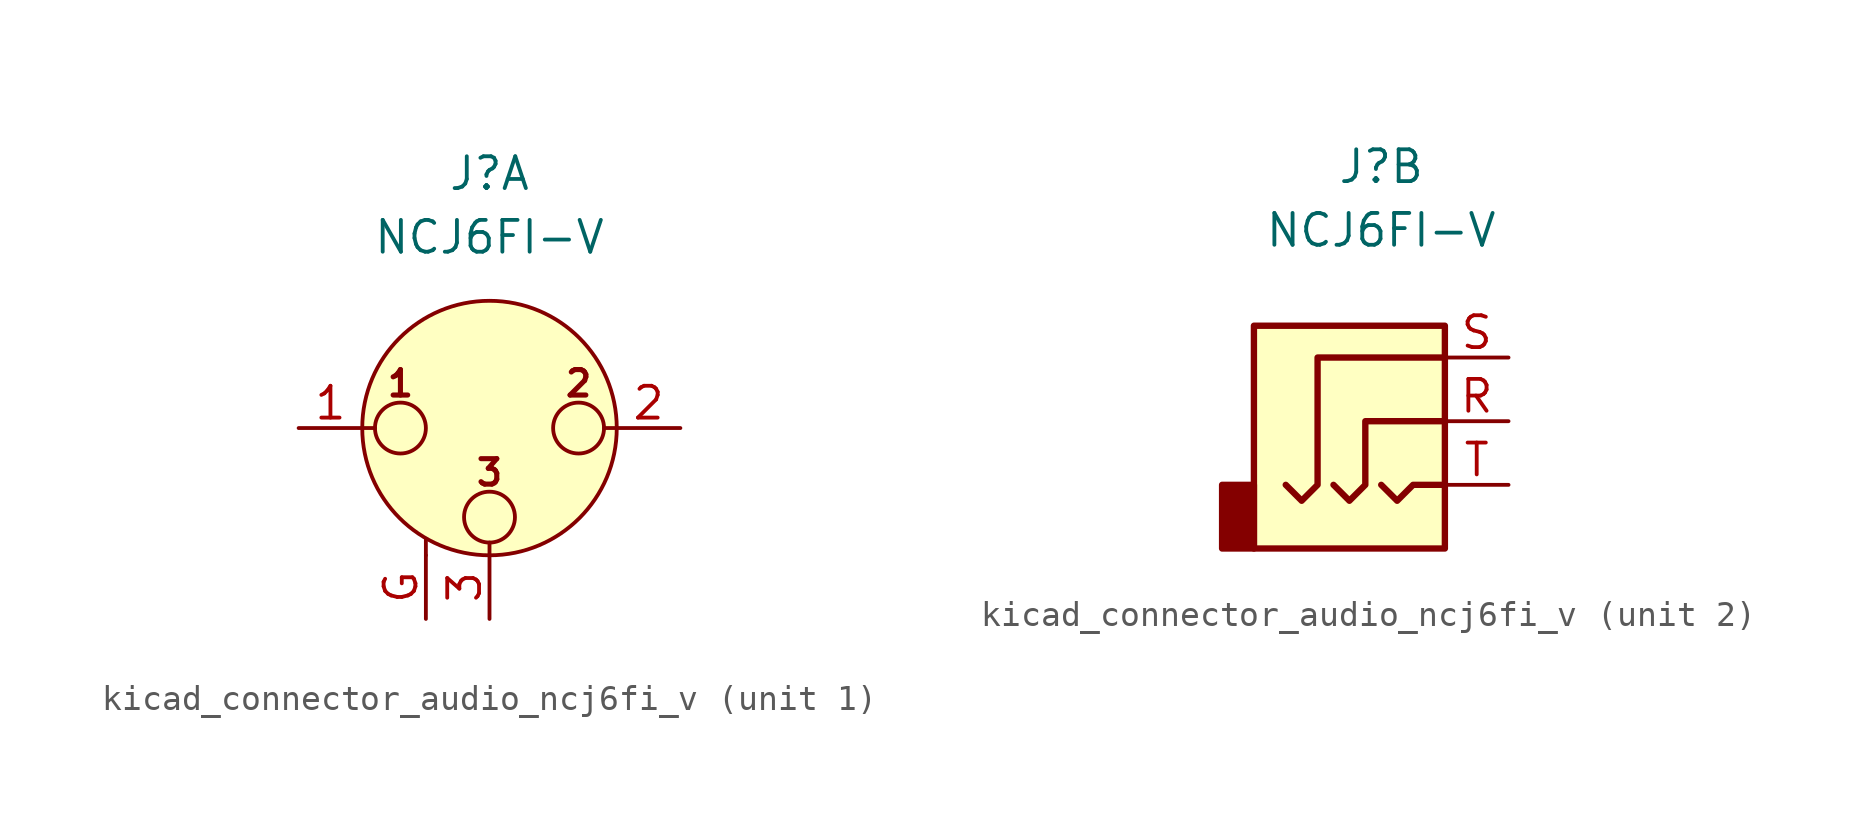
<source format=kicad_sym>
(kicad_symbol_lib
  (version 20220914)
  (generator kicad_symbol_editor)
  (symbol "kicad_connector_audio_ncj6fi_v"
    (pin_names hide)
    (property "Reference" "J"
      (at 0 10.16 0)
      (effects (font (size 1.27 1.27))))
    (property "Value" "NCJ6FI-V"
      (at 0 7.62 0)
      (effects (font (size 1.27 1.27))))
    (symbol "kicad_connector_audio_ncj6fi_v_1_1"
      (circle (center -3.556 0) (radius 1.016) (stroke (width 0) (type default)) (fill (type none)))
      (circle (center 0 -3.556) (radius 1.016) (stroke (width 0) (type default)) (fill (type none)))
      (polyline (pts (xy -5.08 0) (xy -4.572 0)) (stroke (width 0) (type default)) (fill (type none)))
      (polyline (pts (xy -2.54 -5.08) (xy -2.54 -4.445)) (stroke (width 0) (type default)) (fill (type none)))
      (polyline (pts (xy 0 -5.08) (xy 0 -4.572)) (stroke (width 0) (type default)) (fill (type none)))
      (polyline (pts (xy 5.08 0) (xy 4.572 0)) (stroke (width 0) (type default)) (fill (type none)))
      (circle (center 0 0) (radius 5.08) (stroke (width 0) (type default)) (fill (type background)))
      (circle (center 3.556 0) (radius 1.016) (stroke (width 0) (type default)) (fill (type none)))
      (text "1" (at -3.556 1.778 0) (effects (font (size 1.016 1.016) bold)))
      (text "2" (at 3.556 1.778 0) (effects (font (size 1.016 1.016) bold)))
      (text "3" (at 0 -1.778 0) (effects (font (size 1.016 1.016) bold)))
      (pin passive line (at -7.62 0 0) (length 2.54) (name "~" (effects (font (size 1.27 1.27)))) (number "1" (effects (font (size 1.27 1.27)))))
      (pin passive line (at 7.62 0 180) (length 2.54) (name "~" (effects (font (size 1.27 1.27)))) (number "2" (effects (font (size 1.27 1.27)))))
      (pin passive line (at 0 -7.62 90) (length 2.54) (name "~" (effects (font (size 1.27 1.27)))) (number "3" (effects (font (size 1.27 1.27)))))
      (pin passive line (at -2.54 -7.62 90) (length 2.54) (name "~" (effects (font (size 1.27 1.27)))) (number "G" (effects (font (size 1.27 1.27))))))
    (symbol "kicad_connector_audio_ncj6fi_v_2_1"
      (rectangle (start -5.08 -2.54) (end -6.35 -5.08) (stroke (width 0.254) (type default)) (fill (type outline)))
      (polyline (pts (xy 0 -2.54) (xy 0.635 -3.175) (xy 1.27 -2.54) (xy 2.54 -2.54)) (stroke (width 0.254) (type default)) (fill (type none)))
      (polyline (pts (xy -1.905 -2.54) (xy -1.27 -3.175) (xy -0.635 -2.54) (xy -0.635 0) (xy 2.54 0)) (stroke (width 0.254) (type default)) (fill (type none)))
      (polyline (pts (xy 2.54 2.54) (xy -2.54 2.54) (xy -2.54 -2.54) (xy -3.175 -3.175) (xy -3.81 -2.54)) (stroke (width 0.254) (type default)) (fill (type none)))
      (rectangle (start 2.54 3.81) (end -5.08 -5.08) (stroke (width 0.254) (type default)) (fill (type background)))
      (pin passive line (at 5.08 0 180) (length 2.54) (name "~" (effects (font (size 1.27 1.27)))) (number "R" (effects (font (size 1.27 1.27)))))
      (pin passive line (at 5.08 2.54 180) (length 2.54) (name "~" (effects (font (size 1.27 1.27)))) (number "S" (effects (font (size 1.27 1.27)))))
      (pin passive line (at 5.08 -2.54 180) (length 2.54) (name "~" (effects (font (size 1.27 1.27)))) (number "T" (effects (font (size 1.27 1.27))))))))
</source>
